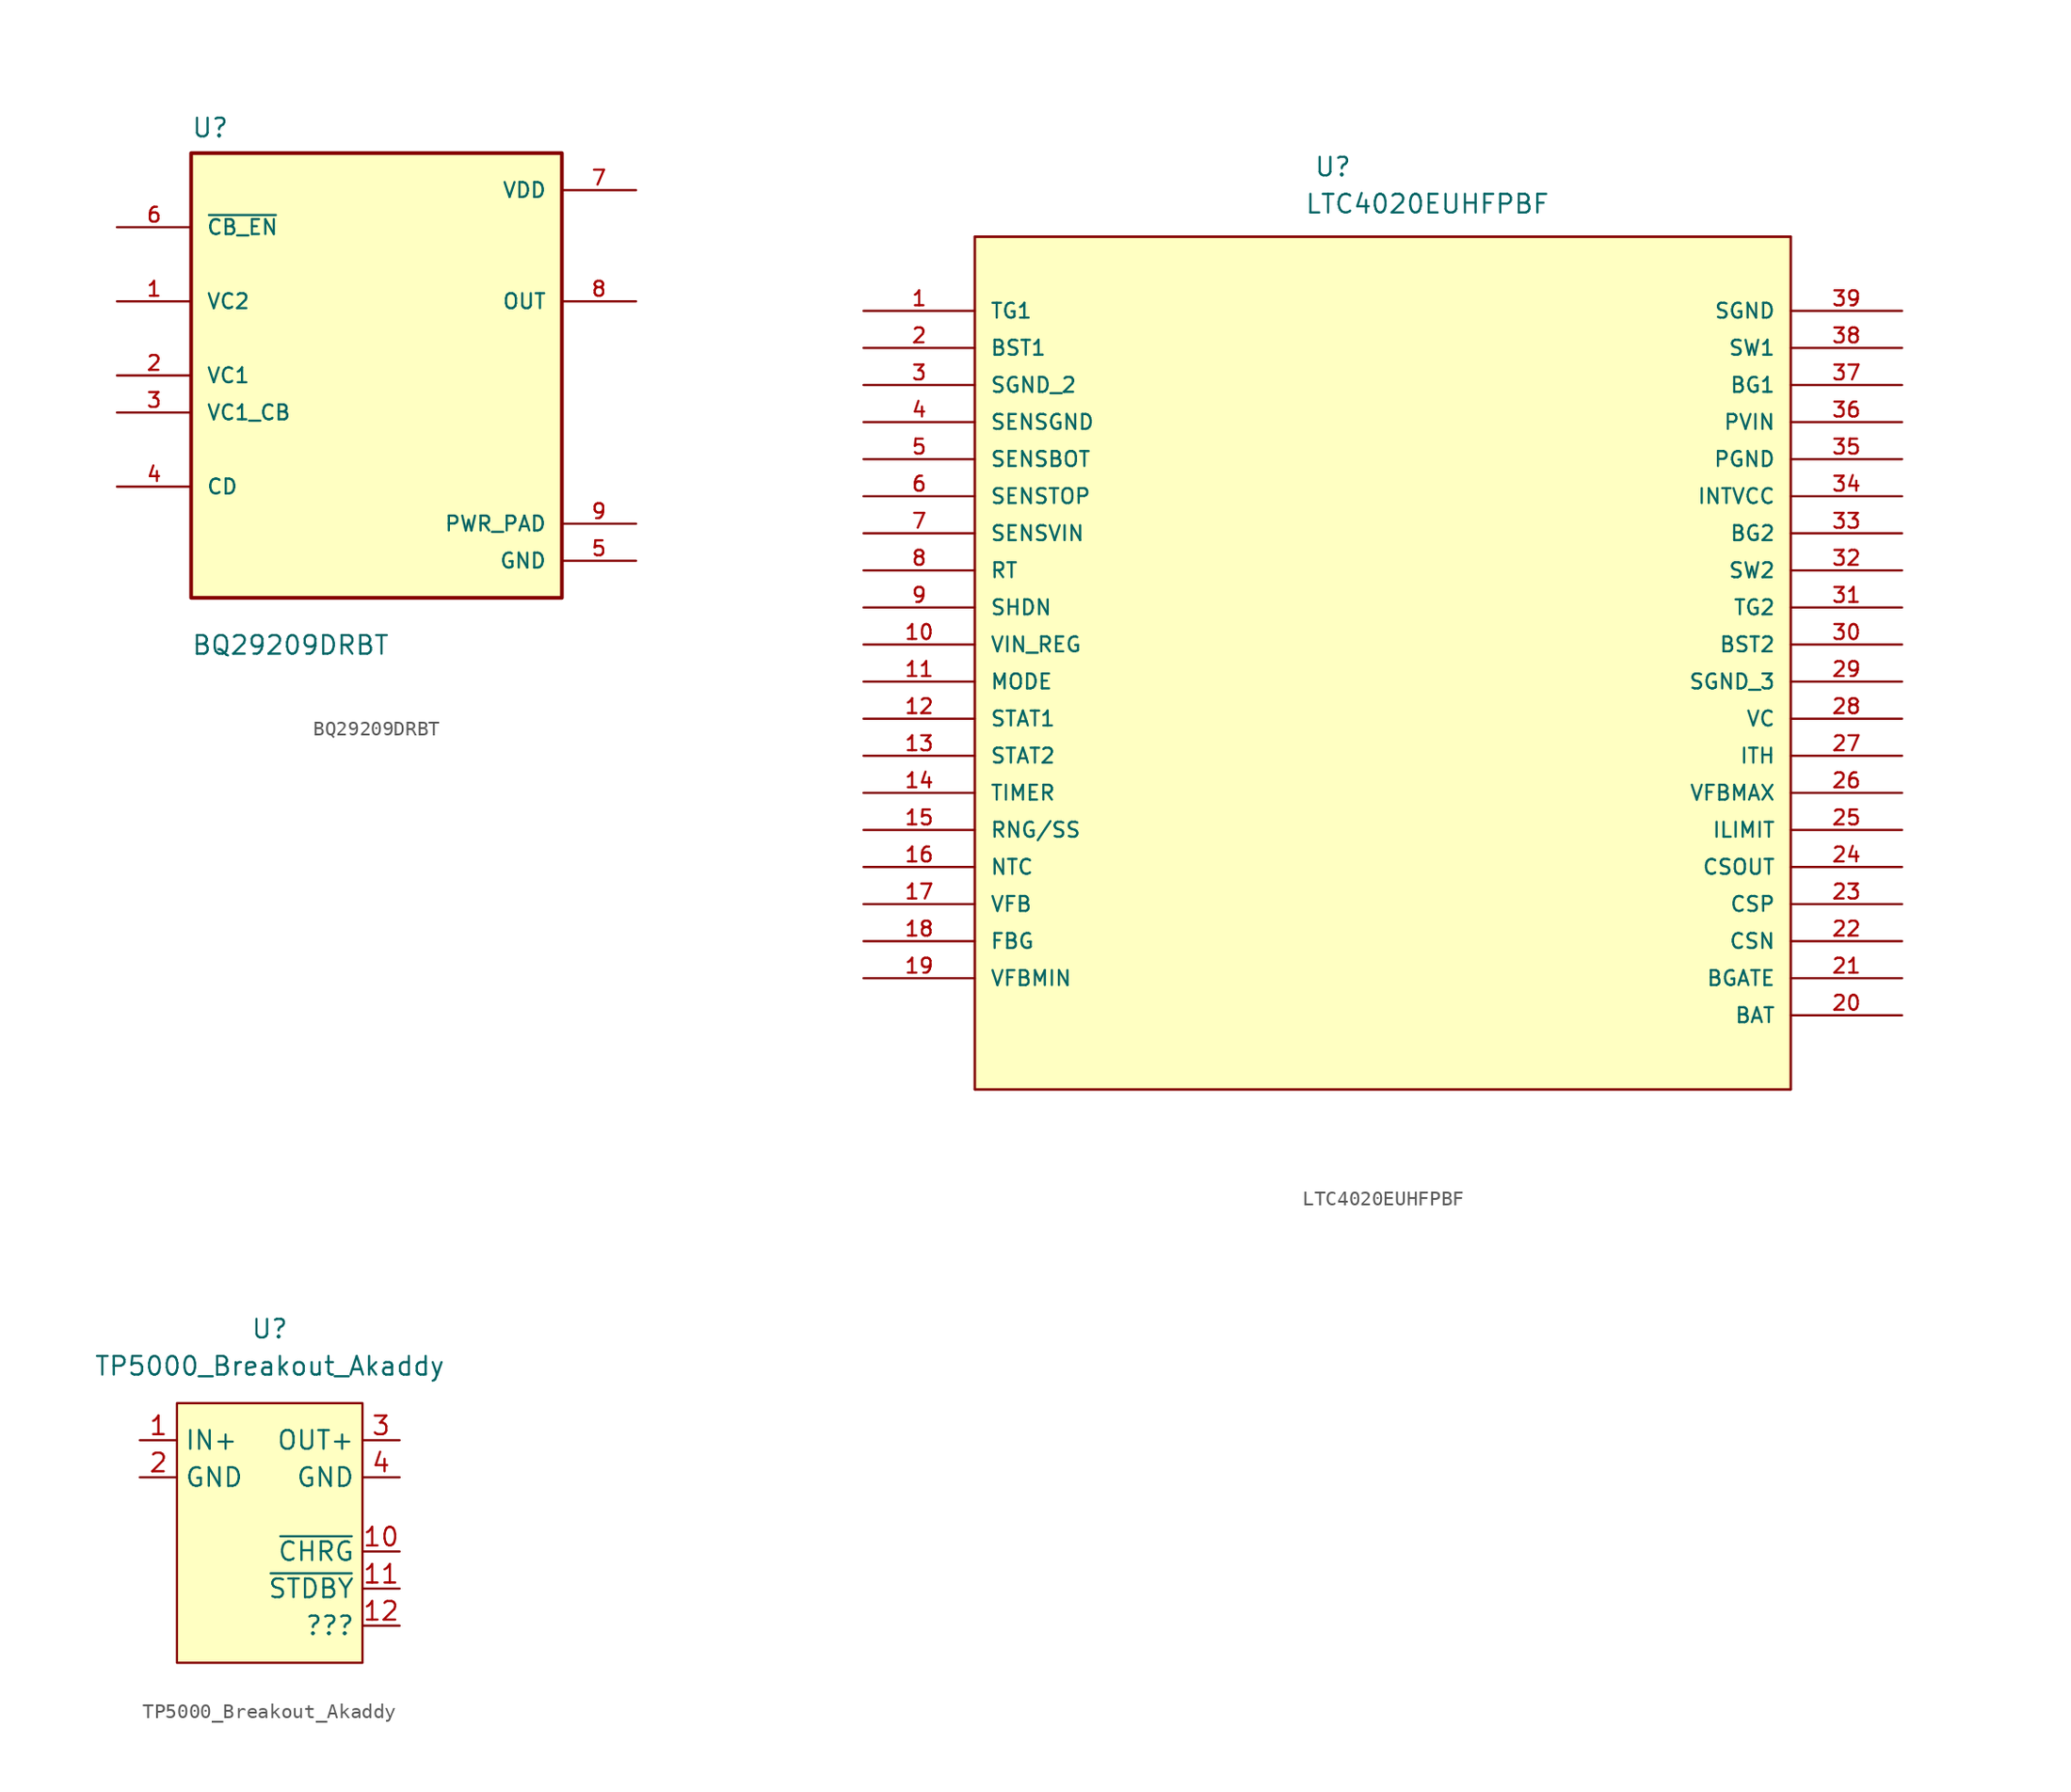
<source format=kicad_sym>
(kicad_symbol_lib
  (version 20211014)
  (generator kicad_symbol_editor)
  (symbol "BQ29209DRBT"
    (pin_names
      (offset 1.016))
    (property "Reference" "U"
      (at -12.7 16.231 0)
      (effects (font (size 1.27 1.27)) (justify left bottom)))
    (property "Value" "BQ29209DRBT"
      (at -12.7 -19.228 0)
      (effects (font (size 1.27 1.27)) (justify left bottom)))
    (property "ki_locked" ""
      (at 0 0 0)
      (effects (font (size 1.27 1.27))))
    (symbol "BQ29209DRBT_0_0"
      (rectangle (start -12.7 -15.24) (end 12.7 15.24) (stroke (width 0.254) (type default) (color 0 0 0 0)) (fill (type background)))
      (pin input line (at -17.78 5.08 0) (length 5.08) (name "VC2" (effects (font (size 1.016 1.016)))) (number "1" (effects (font (size 1.016 1.016)))))
      (pin input line (at -17.78 0 0) (length 5.08) (name "VC1" (effects (font (size 1.016 1.016)))) (number "2" (effects (font (size 1.016 1.016)))))
      (pin input line (at -17.78 -2.54 0) (length 5.08) (name "VC1_CB" (effects (font (size 1.016 1.016)))) (number "3" (effects (font (size 1.016 1.016)))))
      (pin passive line (at -17.78 -7.62 0) (length 5.08) (name "CD" (effects (font (size 1.016 1.016)))) (number "4" (effects (font (size 1.016 1.016)))))
      (pin passive line (at 17.78 -12.7 180) (length 5.08) (name "GND" (effects (font (size 1.016 1.016)))) (number "5" (effects (font (size 1.016 1.016)))))
      (pin input line (at -17.78 10.16 0) (length 5.08) (name "~{CB_EN}" (effects (font (size 1.016 1.016)))) (number "6" (effects (font (size 1.016 1.016)))))
      (pin passive line (at 17.78 12.7 180) (length 5.08) (name "VDD" (effects (font (size 1.016 1.016)))) (number "7" (effects (font (size 1.016 1.016)))))
      (pin output line (at 17.78 5.08 180) (length 5.08) (name "OUT" (effects (font (size 1.016 1.016)))) (number "8" (effects (font (size 1.016 1.016)))))
      (pin passive line (at 17.78 -10.16 180) (length 5.08) (name "PWR_PAD" (effects (font (size 1.016 1.016)))) (number "9" (effects (font (size 1.016 1.016)))))))
  (symbol "LTC4020EUHFPBF"
    (pin_names
      (offset 1.016))
    (property "Reference" "U"
      (at 30.836 9.119 0)
      (effects (font (size 1.27 1.27)) (justify left bottom)))
    (property "Value" "LTC4020EUHFPBF"
      (at 30.201 6.579 0)
      (effects (font (size 1.27 1.27)) (justify left bottom)))
    (property "ki_locked" ""
      (at 0 0 0)
      (effects (font (size 1.27 1.27))))
    (symbol "LTC4020EUHFPBF_0_0"
      (polyline (pts (xy 7.62 -53.34) (xy 63.5 -53.34)) (stroke (width 0.152) (type default) (color 0 0 0 0)) (fill (type none)))
      (polyline (pts (xy 7.62 5.08) (xy 7.62 -53.34)) (stroke (width 0.152) (type default) (color 0 0 0 0)) (fill (type none)))
      (polyline (pts (xy 63.5 -53.34) (xy 63.5 5.08)) (stroke (width 0.152) (type default) (color 0 0 0 0)) (fill (type none)))
      (polyline (pts (xy 63.5 5.08) (xy 7.62 5.08)) (stroke (width 0.152) (type default) (color 0 0 0 0)) (fill (type none)))
      (pin output line (at 0 0 0) (length 7.62) (name "TG1" (effects (font (size 1.016 1.016)))) (number "1" (effects (font (size 1.016 1.016)))))
      (pin input line (at 0 -22.86 0) (length 7.62) (name "VIN_REG" (effects (font (size 1.016 1.016)))) (number "10" (effects (font (size 1.016 1.016)))))
      (pin passive line (at 0 -25.4 0) (length 7.62) (name "MODE" (effects (font (size 1.016 1.016)))) (number "11" (effects (font (size 1.016 1.016)))))
      (pin output line (at 0 -27.94 0) (length 7.62) (name "STAT1" (effects (font (size 1.016 1.016)))) (number "12" (effects (font (size 1.016 1.016)))))
      (pin output line (at 0 -30.48 0) (length 7.62) (name "STAT2" (effects (font (size 1.016 1.016)))) (number "13" (effects (font (size 1.016 1.016)))))
      (pin passive line (at 0 -33.02 0) (length 7.62) (name "TIMER" (effects (font (size 1.016 1.016)))) (number "14" (effects (font (size 1.016 1.016)))))
      (pin passive line (at 0 -35.56 0) (length 7.62) (name "RNG/SS" (effects (font (size 1.016 1.016)))) (number "15" (effects (font (size 1.016 1.016)))))
      (pin passive line (at 0 -38.1 0) (length 7.62) (name "NTC" (effects (font (size 1.016 1.016)))) (number "16" (effects (font (size 1.016 1.016)))))
      (pin passive line (at 0 -40.64 0) (length 7.62) (name "VFB" (effects (font (size 1.016 1.016)))) (number "17" (effects (font (size 1.016 1.016)))))
      (pin passive line (at 0 -43.18 0) (length 7.62) (name "FBG" (effects (font (size 1.016 1.016)))) (number "18" (effects (font (size 1.016 1.016)))))
      (pin output line (at 0 -45.72 0) (length 7.62) (name "VFBMIN" (effects (font (size 1.016 1.016)))) (number "19" (effects (font (size 1.016 1.016)))))
      (pin passive line (at 0 -2.54 0) (length 7.62) (name "BST1" (effects (font (size 1.016 1.016)))) (number "2" (effects (font (size 1.016 1.016)))))
      (pin passive line (at 71.12 -48.26 180) (length 7.62) (name "BAT" (effects (font (size 1.016 1.016)))) (number "20" (effects (font (size 1.016 1.016)))))
      (pin output line (at 71.12 -45.72 180) (length 7.62) (name "BGATE" (effects (font (size 1.016 1.016)))) (number "21" (effects (font (size 1.016 1.016)))))
      (pin input line (at 71.12 -43.18 180) (length 7.62) (name "CSN" (effects (font (size 1.016 1.016)))) (number "22" (effects (font (size 1.016 1.016)))))
      (pin input line (at 71.12 -40.64 180) (length 7.62) (name "CSP" (effects (font (size 1.016 1.016)))) (number "23" (effects (font (size 1.016 1.016)))))
      (pin output line (at 71.12 -38.1 180) (length 7.62) (name "CSOUT" (effects (font (size 1.016 1.016)))) (number "24" (effects (font (size 1.016 1.016)))))
      (pin passive line (at 71.12 -35.56 180) (length 7.62) (name "ILIMIT" (effects (font (size 1.016 1.016)))) (number "25" (effects (font (size 1.016 1.016)))))
      (pin output line (at 71.12 -33.02 180) (length 7.62) (name "VFBMAX" (effects (font (size 1.016 1.016)))) (number "26" (effects (font (size 1.016 1.016)))))
      (pin passive line (at 71.12 -30.48 180) (length 7.62) (name "ITH" (effects (font (size 1.016 1.016)))) (number "27" (effects (font (size 1.016 1.016)))))
      (pin passive line (at 71.12 -27.94 180) (length 7.62) (name "VC" (effects (font (size 1.016 1.016)))) (number "28" (effects (font (size 1.016 1.016)))))
      (pin passive line (at 71.12 -25.4 180) (length 7.62) (name "SGND_3" (effects (font (size 1.016 1.016)))) (number "29" (effects (font (size 1.016 1.016)))))
      (pin passive line (at 0 -5.08 0) (length 7.62) (name "SGND_2" (effects (font (size 1.016 1.016)))) (number "3" (effects (font (size 1.016 1.016)))))
      (pin passive line (at 71.12 -22.86 180) (length 7.62) (name "BST2" (effects (font (size 1.016 1.016)))) (number "30" (effects (font (size 1.016 1.016)))))
      (pin output line (at 71.12 -20.32 180) (length 7.62) (name "TG2" (effects (font (size 1.016 1.016)))) (number "31" (effects (font (size 1.016 1.016)))))
      (pin passive line (at 71.12 -17.78 180) (length 7.62) (name "SW2" (effects (font (size 1.016 1.016)))) (number "32" (effects (font (size 1.016 1.016)))))
      (pin output line (at 71.12 -15.24 180) (length 7.62) (name "BG2" (effects (font (size 1.016 1.016)))) (number "33" (effects (font (size 1.016 1.016)))))
      (pin passive line (at 71.12 -12.7 180) (length 7.62) (name "INTVCC" (effects (font (size 1.016 1.016)))) (number "34" (effects (font (size 1.016 1.016)))))
      (pin passive line (at 71.12 -10.16 180) (length 7.62) (name "PGND" (effects (font (size 1.016 1.016)))) (number "35" (effects (font (size 1.016 1.016)))))
      (pin input line (at 71.12 -7.62 180) (length 7.62) (name "PVIN" (effects (font (size 1.016 1.016)))) (number "36" (effects (font (size 1.016 1.016)))))
      (pin output line (at 71.12 -5.08 180) (length 7.62) (name "BG1" (effects (font (size 1.016 1.016)))) (number "37" (effects (font (size 1.016 1.016)))))
      (pin passive line (at 71.12 -2.54 180) (length 7.62) (name "SW1" (effects (font (size 1.016 1.016)))) (number "38" (effects (font (size 1.016 1.016)))))
      (pin passive line (at 71.12 0 180) (length 7.62) (name "SGND" (effects (font (size 1.016 1.016)))) (number "39" (effects (font (size 1.016 1.016)))))
      (pin passive line (at 0 -7.62 0) (length 7.62) (name "SENSGND" (effects (font (size 1.016 1.016)))) (number "4" (effects (font (size 1.016 1.016)))))
      (pin input line (at 0 -10.16 0) (length 7.62) (name "SENSBOT" (effects (font (size 1.016 1.016)))) (number "5" (effects (font (size 1.016 1.016)))))
      (pin input line (at 0 -12.7 0) (length 7.62) (name "SENSTOP" (effects (font (size 1.016 1.016)))) (number "6" (effects (font (size 1.016 1.016)))))
      (pin input line (at 0 -15.24 0) (length 7.62) (name "SENSVIN" (effects (font (size 1.016 1.016)))) (number "7" (effects (font (size 1.016 1.016)))))
      (pin passive line (at 0 -17.78 0) (length 7.62) (name "RT" (effects (font (size 1.016 1.016)))) (number "8" (effects (font (size 1.016 1.016)))))
      (pin input line (at 0 -20.32 0) (length 7.62) (name "SHDN" (effects (font (size 1.016 1.016)))) (number "9" (effects (font (size 1.016 1.016))))))
    (symbol "LTC4020EUHFPBF_1_1"
      (rectangle (start 7.62 5.08) (end 63.5 -53.34) (stroke (width 0) (type default) (color 0 0 0 0)) (fill (type background)))))
  (symbol "TP5000_Breakout_Akaddy"
    (property "Reference" "U"
      (at 6.35 5.08 0)
      (effects (font (size 1.27 1.27))))
    (property "Value" "TP5000_Breakout_Akaddy"
      (at 6.35 2.54 0)
      (effects (font (size 1.27 1.27))))
    (symbol "TP5000_Breakout_Akaddy_0_1"
      (rectangle (start 0 0) (end 12.7 -17.78) (stroke (width 0) (type default) (color 0 0 0 0)) (fill (type background))))
    (symbol "TP5000_Breakout_Akaddy_1_1"
      (pin power_in line (at -2.54 -2.54 0) (length 2.54) (name "IN+" (effects (font (size 1.27 1.27)))) (number "1" (effects (font (size 1.27 1.27)))))
      (pin input line (at 15.24 -10.16 180) (length 2.54) (name "~{CHRG}" (effects (font (size 1.27 1.27)))) (number "10" (effects (font (size 1.27 1.27)))))
      (pin input line (at 15.24 -12.7 180) (length 2.54) (name "~{STDBY}" (effects (font (size 1.27 1.27)))) (number "11" (effects (font (size 1.27 1.27)))))
      (pin unspecified line (at 15.24 -15.24 180) (length 2.54) (name "???" (effects (font (size 1.27 1.27)))) (number "12" (effects (font (size 1.27 1.27)))))
      (pin passive line (at -2.54 -5.08 0) (length 2.54) (name "GND" (effects (font (size 1.27 1.27)))) (number "2" (effects (font (size 1.27 1.27)))))
      (pin power_out line (at 15.24 -2.54 180) (length 2.54) (name "OUT+" (effects (font (size 1.27 1.27)))) (number "3" (effects (font (size 1.27 1.27)))))
      (pin passive line (at 15.24 -5.08 180) (length 2.54) (name "GND" (effects (font (size 1.27 1.27)))) (number "4" (effects (font (size 1.27 1.27))))))))
</source>
